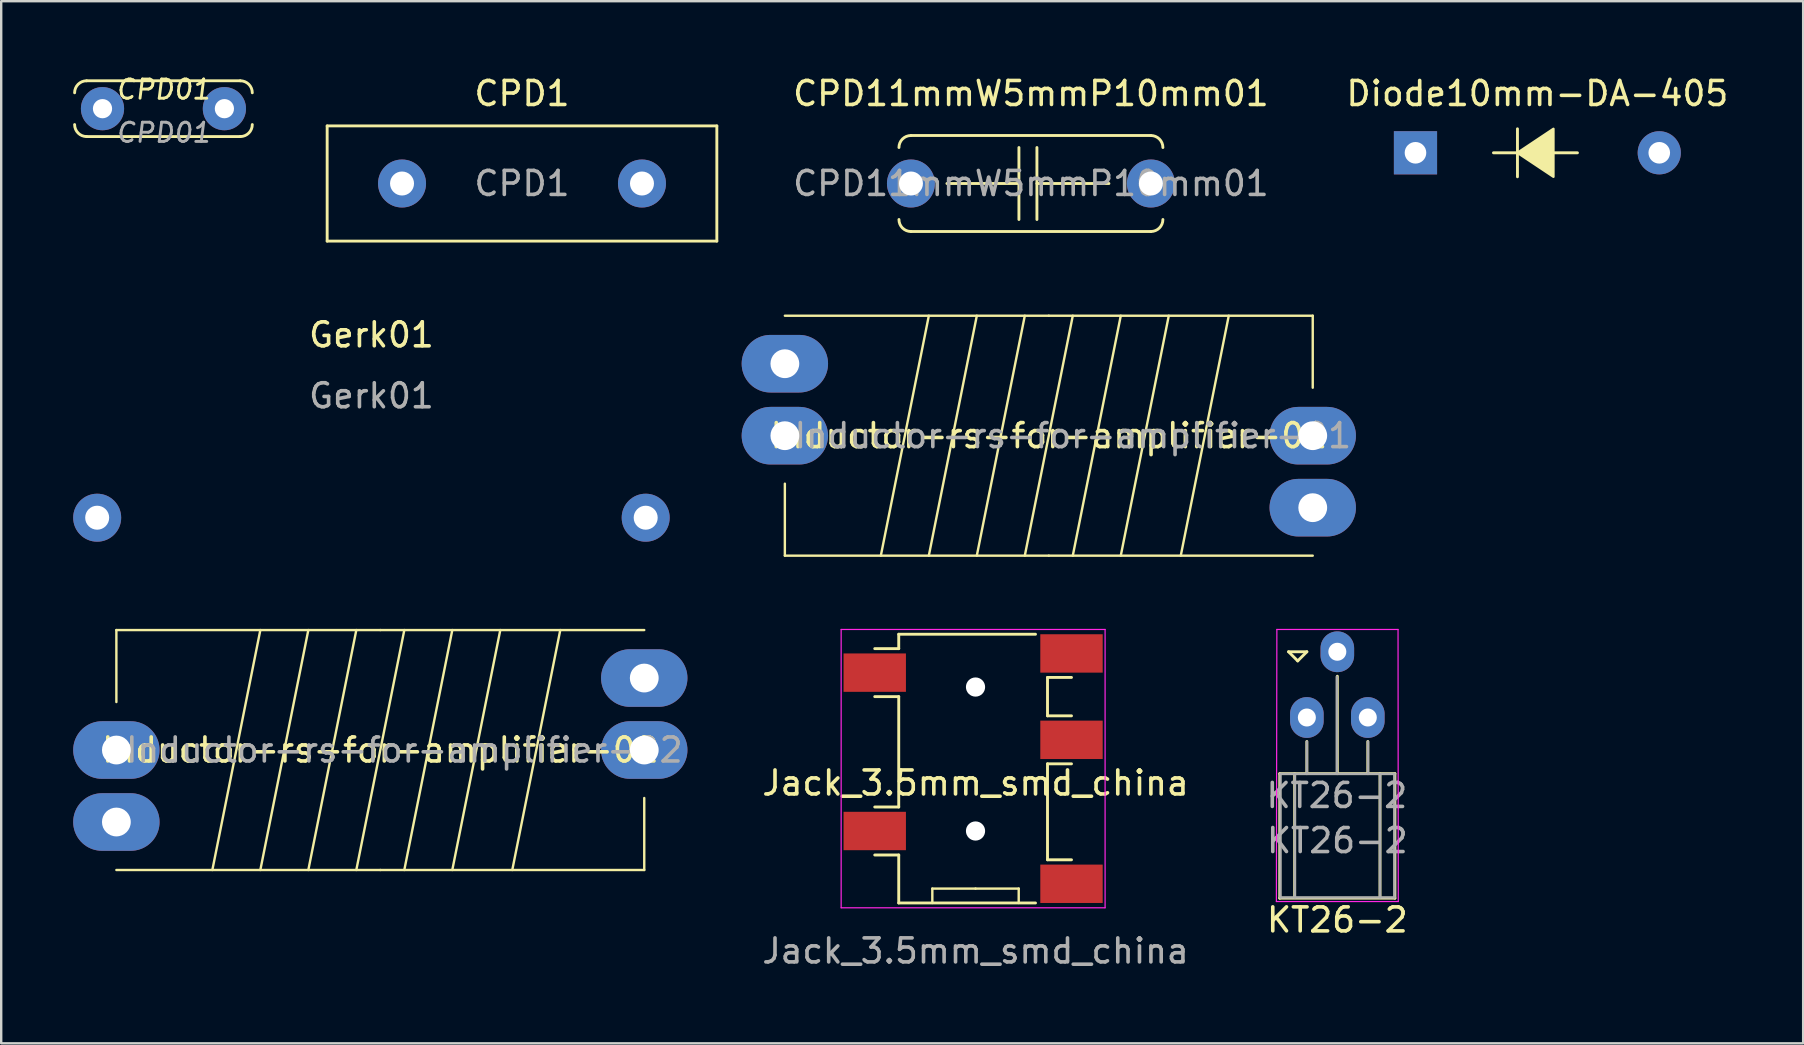
<source format=kicad_pcb>
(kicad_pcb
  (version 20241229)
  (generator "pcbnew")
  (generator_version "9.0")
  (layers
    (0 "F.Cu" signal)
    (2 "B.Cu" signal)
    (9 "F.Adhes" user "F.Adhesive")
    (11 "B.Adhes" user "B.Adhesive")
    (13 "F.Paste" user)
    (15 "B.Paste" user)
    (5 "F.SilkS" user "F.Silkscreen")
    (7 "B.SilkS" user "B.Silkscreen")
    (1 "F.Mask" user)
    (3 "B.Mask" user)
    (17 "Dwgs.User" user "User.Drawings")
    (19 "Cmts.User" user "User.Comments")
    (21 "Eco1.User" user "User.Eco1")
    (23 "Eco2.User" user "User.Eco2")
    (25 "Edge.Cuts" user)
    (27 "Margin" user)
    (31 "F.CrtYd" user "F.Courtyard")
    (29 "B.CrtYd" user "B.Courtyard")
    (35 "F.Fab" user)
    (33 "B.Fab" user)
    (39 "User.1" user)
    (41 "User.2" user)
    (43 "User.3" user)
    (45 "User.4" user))
  (footprint "Inductor-rs-for-amplifier-01"
    (layer "F.Cu")
    (at 40.66 15.108)
    (property "Reference" "Inductor-rs-for-amplifier-01" (at 0 0 0) (layer "F.SilkS") (effects (font (size 1 1) (thickness 0.15))))
    (attr through_hole)
    (fp_line (start -11 2) (end -11 5) (stroke (width 0.1) (type default)) (layer "F.SilkS"))
    (fp_line (start -5 -5) (end -7 5) (stroke (width 0.1) (type default)) (layer "F.SilkS"))
    (fp_line (start -3 -5) (end -5 5) (stroke (width 0.1) (type default)) (layer "F.SilkS"))
    (fp_line (start -1 -5) (end -3 5) (stroke (width 0.1) (type default)) (layer "F.SilkS"))
    (fp_line (start 0 -5) (end -11 -5) (stroke (width 0.1) (type default)) (layer "F.SilkS"))
    (fp_line (start 0 5) (end -11 5) (stroke (width 0.1) (type default)) (layer "F.SilkS"))
    (fp_line (start 1 -5) (end -1 5) (stroke (width 0.1) (type default)) (layer "F.SilkS"))
    (fp_line (start 3 -5) (end 1 5) (stroke (width 0.1) (type default)) (layer "F.SilkS"))
    (fp_line (start 5 -5) (end 3 5) (stroke (width 0.1) (type default)) (layer "F.SilkS"))
    (fp_line (start 7.5 -5) (end 5.5 5) (stroke (width 0.1) (type default)) (layer "F.SilkS"))
    (fp_line (start 11 -5) (end 0 -5) (stroke (width 0.1) (type default)) (layer "F.SilkS"))
    (fp_line (start 11 -5) (end 11 -2) (stroke (width 0.1) (type default)) (layer "F.SilkS"))
    (fp_line (start 11 5) (end 0 5) (stroke (width 0.1) (type default)) (layer "F.SilkS"))
    (fp_text user "${REFERENCE}" (at 1 0 0) (layer "F.Fab") (effects (font (size 1 1) (thickness 0.15))))
    (pad "1" thru_hole oval (at -11 -3) (size 3.6 2.4) (drill 1.2) (layers "*.Cu" "*.Mask"))
    (pad "1" thru_hole oval (at -11 0) (size 3.6 2.4) (drill 1.2) (layers "*.Cu" "*.Mask"))
    (pad "2" thru_hole oval (at 11 0) (size 3.6 2.4) (drill 1.2) (layers "*.Cu" "*.Mask"))
    (pad "2" thru_hole oval (at 11 3) (size 3.6 2.4) (drill 1.2) (layers "*.Cu" "*.Mask")))
  (footprint "Jack_3.5mm_smd_china"
    (layer "F.Cu")
    (at 37.606 29.583)
    (property "Reference" "Jack_3.5mm_smd_china" (at 0 0 0) (layer "F.SilkS") (effects (font (size 1 1) (thickness 0.15))))
    (attr smd)
    (fp_line (start -3.2 -5.6) (end -4.2 -5.6) (stroke (width 0.12) (type default)) (layer "F.SilkS"))
    (fp_line (start -3.2 -5.6) (end -3.2 -6.2) (stroke (width 0.12) (type default)) (layer "F.SilkS"))
    (fp_line (start -3.2 -3.6) (end -4.2 -3.6) (stroke (width 0.12) (type default)) (layer "F.SilkS"))
    (fp_line (start -3.2 1) (end -4.2 1) (stroke (width 0.12) (type default)) (layer "F.SilkS"))
    (fp_line (start -3.2 1) (end -3.2 -3.6) (stroke (width 0.12) (type solid)) (layer "F.SilkS"))
    (fp_line (start -3.2 3) (end -4.2 3) (stroke (width 0.12) (type default)) (layer "F.SilkS"))
    (fp_line (start -3.2 5) (end -3.2 3) (stroke (width 0.12) (type solid)) (layer "F.SilkS"))
    (fp_line (start -1.8 4.4) (end -1.8 5) (stroke (width 0.1) (type default)) (layer "F.SilkS"))
    (fp_line (start -1.8 4.4) (end 0 4.4) (stroke (width 0.1) (type default)) (layer "F.SilkS"))
    (fp_line (start 0 4.4) (end 1.8 4.4) (stroke (width 0.1) (type default)) (layer "F.SilkS"))
    (fp_line (start 1.8 4.4) (end 1.8 5) (stroke (width 0.1) (type default)) (layer "F.SilkS"))
    (fp_line (start 2.5 -6.2) (end -3.2 -6.2) (stroke (width 0.12) (type solid)) (layer "F.SilkS"))
    (fp_line (start 2.5 5) (end -3.2 5) (stroke (width 0.12) (type solid)) (layer "F.SilkS"))
    (fp_line (start 3 -4.4) (end 3 -2.8) (stroke (width 0.12) (type solid)) (layer "F.SilkS"))
    (fp_line (start 3 -0.8) (end 3 3.2) (stroke (width 0.12) (type solid)) (layer "F.SilkS"))
    (fp_line (start 4 -4.4) (end 3 -4.4) (stroke (width 0.12) (type default)) (layer "F.SilkS"))
    (fp_line (start 4 -2.8) (end 3 -2.8) (stroke (width 0.12) (type default)) (layer "F.SilkS"))
    (fp_line (start 4 -0.8) (end 3 -0.8) (stroke (width 0.12) (type default)) (layer "F.SilkS"))
    (fp_line (start 4 3.2) (end 3 3.2) (stroke (width 0.12) (type default)) (layer "F.SilkS"))
    (fp_line (start -5.6 -6.4) (end -5.6 5.2) (stroke (width 0.05) (type solid)) (layer "F.CrtYd"))
    (fp_line (start -5.6 -6.4) (end 5.4 -6.4) (stroke (width 0.05) (type solid)) (layer "F.CrtYd"))
    (fp_line (start 5.4 5.2) (end -5.6 5.2) (stroke (width 0.05) (type solid)) (layer "F.CrtYd"))
    (fp_line (start 5.4 5.2) (end 5.4 -6.4) (stroke (width 0.05) (type solid)) (layer "F.CrtYd"))
    (fp_text user "${REFERENCE}" (at 0 7 0) (layer "F.Fab") (effects (font (size 1 1) (thickness 0.15))))
    (pad "" np_thru_hole circle (at 0 -4) (size 0.8 0.8) (drill 0.8) (layers "*.Cu" "*.Mask"))
    (pad "" np_thru_hole circle (at 0 2) (size 0.8 0.8) (drill 0.8) (layers "*.Cu" "*.Mask"))
    (pad "R" smd rect (at -4.2 2) (size 2.6 1.6) (layers "F.Cu" "F.Mask" "F.Paste"))
    (pad "RN" smd rect (at 4 4.2) (size 2.6 1.6) (layers "F.Cu" "F.Mask" "F.Paste"))
    (pad "S" smd rect (at 4 -1.8) (size 2.6 1.6) (layers "F.Cu" "F.Mask" "F.Paste"))
    (pad "T" smd rect (at -4.2 -4.6) (size 2.6 1.6) (layers "F.Cu" "F.Mask" "F.Paste"))
    (pad "TN" smd rect (at 4 -5.4) (size 2.6 1.6) (layers "F.Cu" "F.Mask" "F.Paste")))
  (footprint "KT26-2"
    (layer "F.Cu")
    (at 51.415 26.853)
    (property "Reference" "KT26-2" (at 1.27 8.436 0) (layer "F.SilkS") (effects (font (size 1 1) (thickness 0.15))))
    (property "Value" "KT26-2" (at 1.27 -4.518 0) (layer "F.SilkS") (hide yes) (effects (font (size 1 1) (thickness 0.15))))
    (attr through_hole)
    (fp_line (start -1.13 2.34) (end 3.67 2.34) (stroke (width 0.12) (type solid)) (layer "F.SilkS"))
    (fp_line (start -1.13 7.53) (end -1.13 2.34) (stroke (width 0.12) (type solid)) (layer "F.SilkS"))
    (fp_line (start -0.762 -2.74) (end -0.381 -2.359) (stroke (width 0.12) (type solid)) (layer "F.SilkS"))
    (fp_line (start -0.508 2.34) (end -0.508 7.5) (stroke (width 0.12) (type solid)) (layer "F.SilkS"))
    (fp_line (start -0.381 -2.359) (end 0 -2.74) (stroke (width 0.12) (type solid)) (layer "F.SilkS"))
    (fp_line (start 0 -2.74) (end -0.762 -2.74) (stroke (width 0.12) (type solid)) (layer "F.SilkS"))
    (fp_line (start 0 1) (end 0 2.34) (stroke (width 0.12) (type solid)) (layer "F.SilkS"))
    (fp_line (start 1.27 -1.72) (end 1.27 2.34) (stroke (width 0.12) (type solid)) (layer "F.SilkS"))
    (fp_line (start 2.54 1) (end 2.54 2.34) (stroke (width 0.12) (type solid)) (layer "F.SilkS"))
    (fp_line (start 3.048 7.5) (end 3.048 2.34) (stroke (width 0.12) (type solid)) (layer "F.SilkS"))
    (fp_line (start 3.67 2.34) (end 3.67 7.53) (stroke (width 0.12) (type solid)) (layer "F.SilkS"))
    (fp_line (start 3.67 7.53) (end -1.13 7.53) (stroke (width 0.12) (type solid)) (layer "F.SilkS"))
    (fp_line (start -1.25 -3.67) (end -1.27 7.67) (stroke (width 0.05) (type solid)) (layer "F.CrtYd"))
    (fp_line (start -1.25 -3.67) (end 3.8 -3.67) (stroke (width 0.05) (type solid)) (layer "F.CrtYd"))
    (fp_line (start 3.81 7.67) (end -1.27 7.67) (stroke (width 0.05) (type solid)) (layer "F.CrtYd"))
    (fp_line (start 3.81 7.67) (end 3.8 -3.67) (stroke (width 0.05) (type solid)) (layer "F.CrtYd"))
    (fp_line (start -1.1 2.35) (end 3.65 2.35) (stroke (width 0.1) (type default)) (layer "F.Fab"))
    (fp_line (start -1.1 7.5) (end -1.1 2.35) (stroke (width 0.1) (type default)) (layer "F.Fab"))
    (fp_line (start -0.5 2.35) (end -0.5 7.5) (stroke (width 0.1) (type default)) (layer "F.Fab"))
    (fp_line (start 0 1) (end 0 2.35) (stroke (width 0.1) (type default)) (layer "F.Fab"))
    (fp_line (start 1.25 2.35) (end 1.25 -1.7) (stroke (width 0.1) (type default)) (layer "F.Fab"))
    (fp_line (start 2.55 1) (end 2.55 2.35) (stroke (width 0.1) (type default)) (layer "F.Fab"))
    (fp_line (start 3.05 2.35) (end 3.05 7.5) (stroke (width 0.1) (type default)) (layer "F.Fab"))
    (fp_line (start 3.65 2.35) (end 3.65 7.5) (stroke (width 0.1) (type default)) (layer "F.Fab"))
    (fp_line (start 3.65 7.5) (end -1.1 7.5) (stroke (width 0.1) (type default)) (layer "F.Fab"))
    (fp_text user "${REFERENCE}" (at 1.27 5.13 0) (layer "F.Fab") (effects (font (size 1 1) (thickness 0.15))))
    (fp_text user "${VALUE}" (at 1.25 3.25 0) (layer "F.Fab") (effects (font (size 1 1) (thickness 0.15))))
    (pad "1" thru_hole oval (at 0 0 90) (size 1.7 1.4) (drill 0.75) (layers "*.Cu" "*.Mask"))
    (pad "2" thru_hole oval (at 1.27 -2.74 90) (size 1.7 1.4) (drill 0.75) (layers "*.Cu" "*.Mask"))
    (pad "3" thru_hole oval (at 2.54 0 90) (size 1.7 1.4) (drill 0.75) (layers "*.Cu" "*.Mask")))
  (footprint "Gerk01"
    (layer "F.Cu")
    (at 12.43 18.526)
    (property "Reference" "Gerk01" (at 0 -7.62 0) (layer "F.SilkS") (effects (font (size 1 1) (thickness 0.15))))
    (attr through_hole)
    (fp_text user "${REFERENCE}" (at 0 -5.08 0) (layer "F.Fab") (effects (font (size 1 1) (thickness 0.15))))
    (pad "1" thru_hole circle (at 11.43 0 90) (size 2 2) (drill 1) (layers "*.Cu" "*.Mask"))
    (pad "2" thru_hole circle (at -11.43 0 90) (size 2 2) (drill 1) (layers "*.Cu" "*.Mask")))
  (footprint "Inductor-rs-for-amplifier-02"
    (layer "F.Cu")
    (at 12.8 28.208)
    (property "Reference" "Inductor-rs-for-amplifier-02" (at 0 0 0) (layer "F.SilkS") (effects (font (size 1 1) (thickness 0.15))))
    (attr through_hole)
    (fp_line (start -11 -5) (end -11 -2) (stroke (width 0.1) (type default)) (layer "F.SilkS"))
    (fp_line (start -5 -5) (end -7 5) (stroke (width 0.1) (type default)) (layer "F.SilkS"))
    (fp_line (start -3 -5) (end -5 5) (stroke (width 0.1) (type default)) (layer "F.SilkS"))
    (fp_line (start -1 -5) (end -3 5) (stroke (width 0.1) (type default)) (layer "F.SilkS"))
    (fp_line (start 0 -5) (end -11 -5) (stroke (width 0.1) (type default)) (layer "F.SilkS"))
    (fp_line (start 0 5) (end -11 5) (stroke (width 0.1) (type default)) (layer "F.SilkS"))
    (fp_line (start 1 -5) (end -1 5) (stroke (width 0.1) (type default)) (layer "F.SilkS"))
    (fp_line (start 3 -5) (end 1 5) (stroke (width 0.1) (type default)) (layer "F.SilkS"))
    (fp_line (start 5 -5) (end 3 5) (stroke (width 0.1) (type default)) (layer "F.SilkS"))
    (fp_line (start 7.5 -5) (end 5.5 5) (stroke (width 0.1) (type default)) (layer "F.SilkS"))
    (fp_line (start 11 -5) (end 0 -5) (stroke (width 0.1) (type default)) (layer "F.SilkS"))
    (fp_line (start 11 2) (end 11 5) (stroke (width 0.1) (type default)) (layer "F.SilkS"))
    (fp_line (start 11 5) (end 0 5) (stroke (width 0.1) (type default)) (layer "F.SilkS"))
    (fp_text user "${REFERENCE}" (at 1 0 0) (layer "F.Fab") (effects (font (size 1 1) (thickness 0.15))))
    (pad "1" thru_hole oval (at -11 0) (size 3.6 2.4) (drill 1.2) (layers "*.Cu" "*.Mask"))
    (pad "1" thru_hole oval (at -11 3) (size 3.6 2.4) (drill 1.2) (layers "*.Cu" "*.Mask"))
    (pad "2" thru_hole oval (at 11 -3) (size 3.6 2.4) (drill 1.2) (layers "*.Cu" "*.Mask"))
    (pad "2" thru_hole oval (at 11 0) (size 3.6 2.4) (drill 1.2) (layers "*.Cu" "*.Mask")))
  (footprint "Diode10mm-DA-405"
    (layer "F.Cu")
    (at 55.942 3.318)
    (property "Reference" "Diode10mm-DA-405" (at 5.08 -2.47 0) (layer "F.SilkS") (effects (font (size 1 1) (thickness 0.15))))
    (attr through_hole)
    (fp_line (start 3.25 0) (end 4.25 0) (stroke (width 0.12) (type default)) (layer "F.SilkS"))
    (fp_line (start 4.25 -1) (end 4.25 1) (stroke (width 0.12) (type default)) (layer "F.SilkS"))
    (fp_line (start 5.75 0) (end 6.75 0) (stroke (width 0.12) (type default)) (layer "F.SilkS"))
    (fp_poly (pts (xy 4.25 0) (xy 5.75 -1) (xy 5.75 1)) (stroke (width 0.1) (type solid)) (fill yes) (layer "F.SilkS"))
    (pad "1" thru_hole rect (at 0 0) (size 1.8 1.8) (drill 0.9) (layers "*.Cu" "*.Mask"))
    (pad "2" thru_hole oval (at 10.16 0) (size 1.8 1.8) (drill 0.9) (layers "*.Cu" "*.Mask")))
  (footprint "CPD11mmW5mmP10mm01"
    (layer "F.Cu")
    (at 34.915 4.598)
    (property "Reference" "CPD11mmW5mmP10mm01" (at 5 -3.75 0) (layer "F.SilkS") (effects (font (size 1 1) (thickness 0.15))))
    (attr through_hole)
    (fp_line (start 0 -2) (end 10 -2) (stroke (width 0.12) (type solid)) (layer "F.SilkS"))
    (fp_line (start 0 2) (end 10 2) (stroke (width 0.12) (type solid)) (layer "F.SilkS"))
    (fp_line (start 1.5 0) (end 4.5 0) (stroke (width 0.12) (type default)) (layer "F.SilkS"))
    (fp_line (start 4.5 -1.5) (end 4.5 1.5) (stroke (width 0.12) (type default)) (layer "F.SilkS"))
    (fp_line (start 5.25 -1.5) (end 5.25 1.5) (stroke (width 0.12) (type default)) (layer "F.SilkS"))
    (fp_line (start 5.25 0) (end 8.25 0) (stroke (width 0.12) (type default)) (layer "F.SilkS"))
    (fp_arc (start -0.5 -1.5) (mid -0.353554 -1.853554) (end 0 -2) (stroke (width 0.12) (type default)) (layer "F.SilkS"))
    (fp_arc (start 0 2) (mid -0.353554 1.853554) (end -0.5 1.5) (stroke (width 0.12) (type default)) (layer "F.SilkS"))
    (fp_arc (start 10 -2) (mid 10.353554 -1.853554) (end 10.5 -1.5) (stroke (width 0.12) (type default)) (layer "F.SilkS"))
    (fp_arc (start 10.5 1.5) (mid 10.353554 1.853554) (end 10 2) (stroke (width 0.12) (type default)) (layer "F.SilkS"))
    (fp_text user "${REFERENCE}" (at 5 0 0) (layer "F.Fab") (effects (font (size 1 1) (thickness 0.15))))
    (pad "1" thru_hole circle (at 0 0) (size 2 2) (drill 1) (layers "*.Cu" "*.Mask"))
    (pad "2" thru_hole circle (at 10 0) (size 2 2) (drill 1) (layers "*.Cu" "*.Mask")))
  (footprint "CPD1"
    (layer "F.Cu")
    (at 13.705 4.598)
    (property "Reference" "CPD1" (at 5 -3.75 0) (layer "F.SilkS") (effects (font (size 1 1) (thickness 0.15))))
    (attr through_hole)
    (fp_line (start -3.12 -2.4) (end -3.12 2.4) (stroke (width 0.12) (type solid)) (layer "F.SilkS"))
    (fp_line (start -3.12 -2.4) (end 13.12 -2.4) (stroke (width 0.12) (type solid)) (layer "F.SilkS"))
    (fp_line (start -3.12 2.4) (end 13.12 2.4) (stroke (width 0.12) (type solid)) (layer "F.SilkS"))
    (fp_line (start 13.12 -2.4) (end 13.12 2.4) (stroke (width 0.12) (type solid)) (layer "F.SilkS"))
    (fp_text user "${REFERENCE}" (at 5 0 0) (layer "F.Fab") (effects (font (size 1 1) (thickness 0.15))))
    (pad "1" thru_hole circle (at 0 0) (size 2 2) (drill 1) (layers "*.Cu" "*.Mask"))
    (pad "2" thru_hole circle (at 10 0) (size 2 2) (drill 1) (layers "*.Cu" "*.Mask")))
  (footprint "CPD01"
    (layer "F.Cu")
    (at 1.222 1.479)
    (property "Reference" "CPD01" (at 2.54 -0.8 0) (layer "F.SilkS") (effects (font (size 0.8 0.8) (thickness 0.12) (italic yes))))
    (attr through_hole)
    (fp_line (start -0.662 -1.162) (end 5.742 -1.162) (stroke (width 0.12) (type solid)) (layer "F.SilkS"))
    (fp_line (start -0.662 1.162) (end 5.742 1.162) (stroke (width 0.12) (type solid)) (layer "F.SilkS"))
    (fp_arc (start -1.162446 -0.662446) (mid -1.016 -1.016) (end -0.662446 -1.162446) (stroke (width 0.12) (type default)) (layer "F.SilkS"))
    (fp_arc (start -0.662446 1.162446) (mid -1.016 1.016) (end -1.162446 0.662446) (stroke (width 0.12) (type default)) (layer "F.SilkS"))
    (fp_arc (start 5.742447 -1.162447) (mid 6.096 -1.016) (end 6.242447 -0.662447) (stroke (width 0.12) (type default)) (layer "F.SilkS"))
    (fp_arc (start 6.242447 0.662447) (mid 6.096 1.016) (end 5.742447 1.162447) (stroke (width 0.12) (type default)) (layer "F.SilkS"))
    (fp_text user "${REFERENCE}" (at 2.54 1 0) (layer "F.Fab") (effects (font (size 0.8 0.8) (thickness 0.12) (italic yes))))
    (pad "1" thru_hole circle (at 0 0) (size 1.8 1.8) (drill 0.8) (layers "*.Cu" "*.Mask"))
    (pad "2" thru_hole circle (at 5.08 0) (size 1.8 1.8) (drill 0.8) (layers "*.Cu" "*.Mask")))
  (gr_rect
    (start -3 -3)
    (end 72.099 40.431)
    (stroke (width 0.1) (type default))
    (fill no)
    (layer "Edge.Cuts")))
</source>
